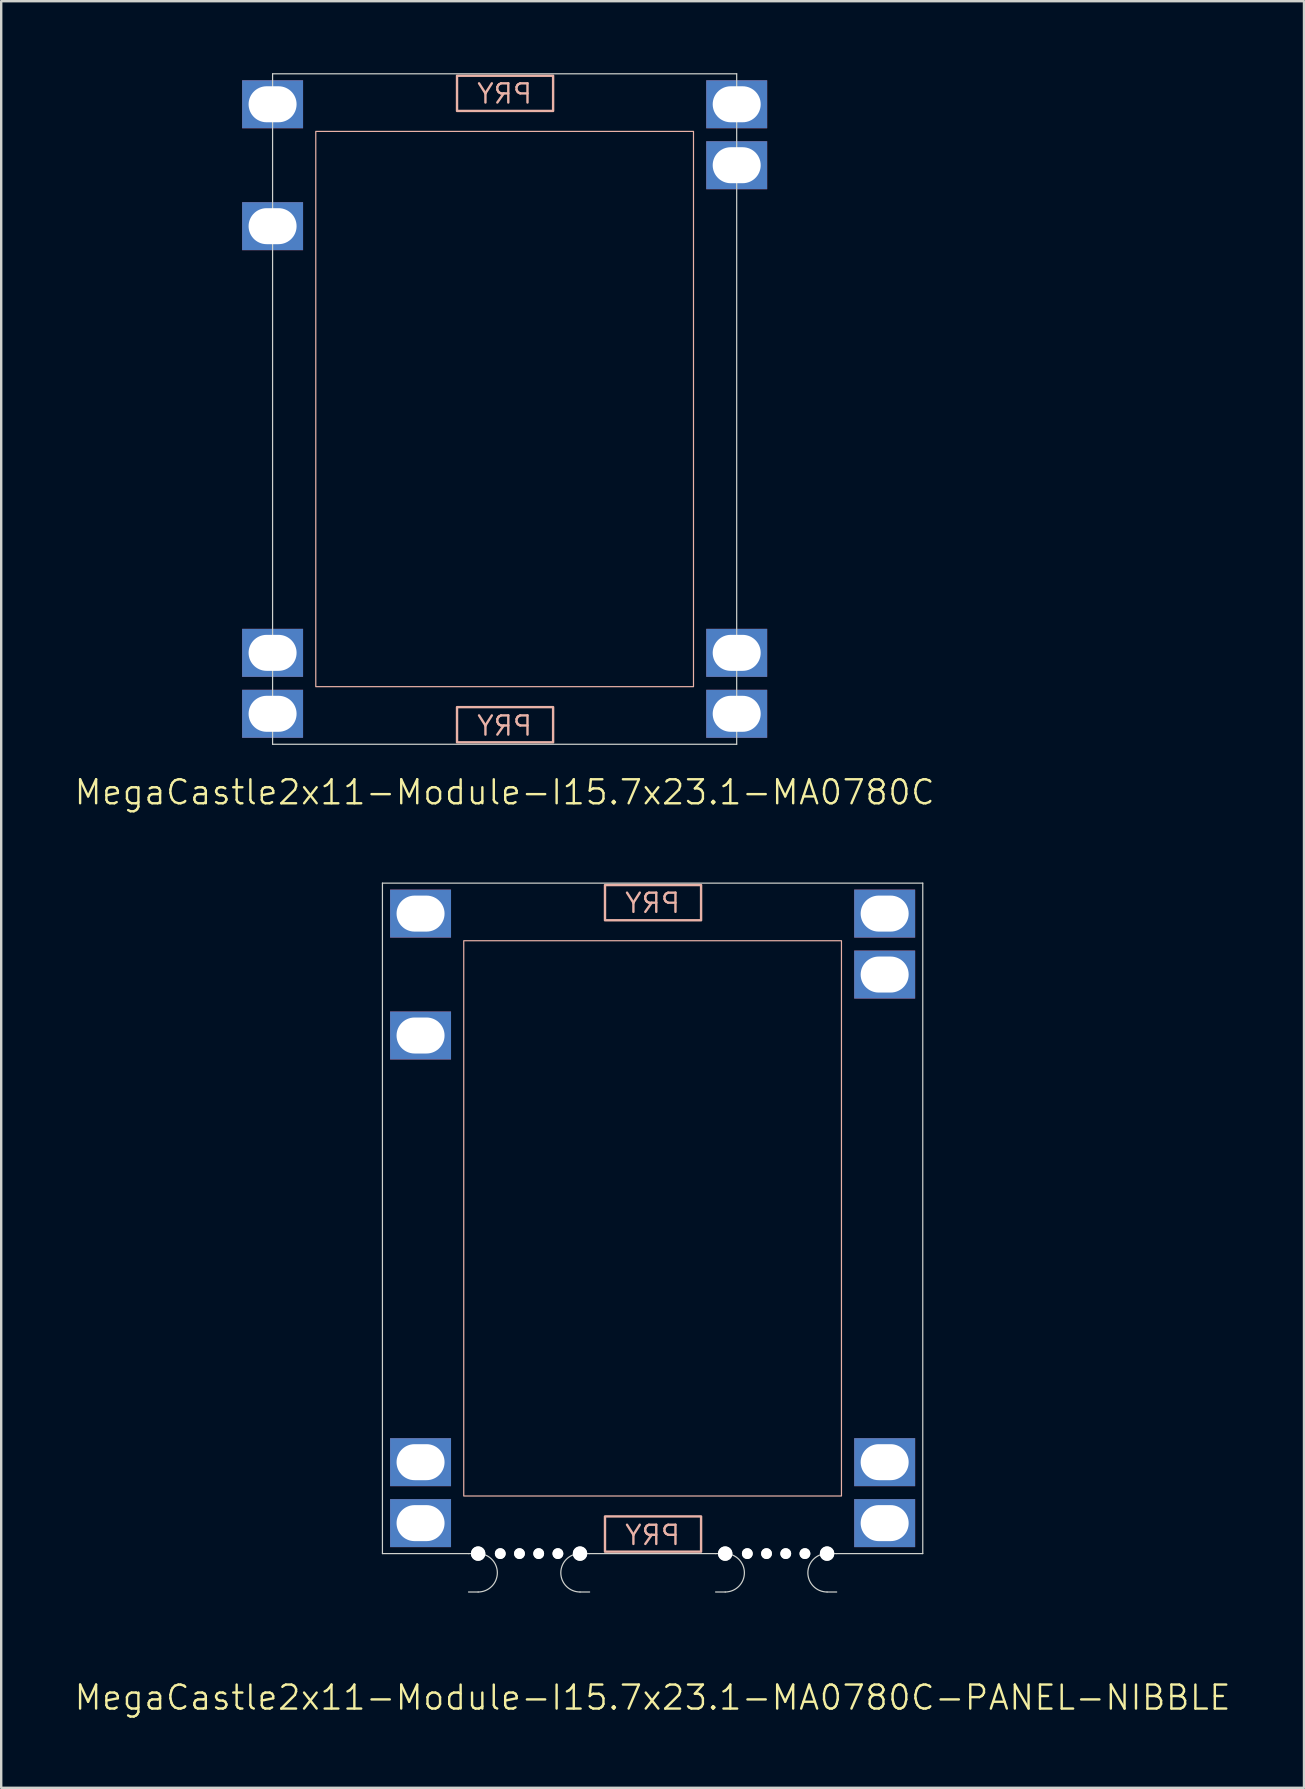
<source format=kicad_pcb>
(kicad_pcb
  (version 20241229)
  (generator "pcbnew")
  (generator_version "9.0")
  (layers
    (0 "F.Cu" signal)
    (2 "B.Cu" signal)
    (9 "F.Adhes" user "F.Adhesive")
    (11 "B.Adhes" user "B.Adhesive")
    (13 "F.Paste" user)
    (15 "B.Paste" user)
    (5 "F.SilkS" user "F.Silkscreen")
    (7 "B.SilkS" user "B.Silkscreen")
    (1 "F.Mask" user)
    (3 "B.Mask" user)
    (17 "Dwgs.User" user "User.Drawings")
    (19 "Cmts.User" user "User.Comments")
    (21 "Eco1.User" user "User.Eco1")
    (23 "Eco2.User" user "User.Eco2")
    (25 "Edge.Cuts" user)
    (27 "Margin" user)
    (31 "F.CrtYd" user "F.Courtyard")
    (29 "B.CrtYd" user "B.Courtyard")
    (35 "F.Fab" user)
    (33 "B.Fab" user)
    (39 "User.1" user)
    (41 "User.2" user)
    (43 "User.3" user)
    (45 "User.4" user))
  (footprint "MegaCastle2x11-Module-I15.7x23.1-MA0780C-PANEL-NIBBLE"
    (layer "F.Cu")
    (at 24.145 47.721)
    (property "Reference" "MegaCastle2x11-Module-I15.7x23.1-MA0780C-PANEL-NIBBLE" (at 0 19.97 0) (unlocked yes) (layer "F.SilkS") (effects (font (size 1 1) (thickness 0.1))))
    (attr smd)
    (fp_rect (start -7.87 11.57) (end 7.87 -11.57) (stroke (width 0.05) (type default)) (fill no) (layer "B.SilkS"))
    (fp_rect (start -1.984 -12.421) (end 2.02 -13.89) (stroke (width 0.1) (type default)) (fill no) (layer "B.SilkS"))
    (fp_rect (start -1.984 12.421) (end 2.02 13.89) (stroke (width 0.1) (type default)) (fill no) (layer "B.SilkS"))
    (fp_line (start -11.258 -13.97) (end -11.258 13.97) (stroke (width 0.05) (type default)) (layer "Edge.Cuts"))
    (fp_line (start -11.258 -13.97) (end 11.258 -13.97) (stroke (width 0.05) (type default)) (layer "Edge.Cuts"))
    (fp_line (start -11.258 13.97) (end -7.67 13.97) (stroke (width 0.05) (type default)) (layer "Edge.Cuts"))
    (fp_line (start -7.67 13.97) (end -7.27 13.97) (stroke (width 0.05) (type default)) (layer "Edge.Cuts"))
    (fp_line (start -7.67 15.57) (end -7.27 15.57) (stroke (width 0.05) (type default)) (layer "Edge.Cuts"))
    (fp_line (start -2.625 13.97) (end -3.025 13.97) (stroke (width 0.05) (type default)) (layer "Edge.Cuts"))
    (fp_line (start -2.625 13.97) (end 2.625 13.97) (stroke (width 0.05) (type default)) (layer "Edge.Cuts"))
    (fp_line (start -2.625 15.57) (end -3.025 15.57) (stroke (width 0.05) (type default)) (layer "Edge.Cuts"))
    (fp_line (start 2.625 13.97) (end 3.025 13.97) (stroke (width 0.05) (type default)) (layer "Edge.Cuts"))
    (fp_line (start 2.625 15.57) (end 3.025 15.57) (stroke (width 0.05) (type default)) (layer "Edge.Cuts"))
    (fp_line (start 7.67 13.97) (end 7.27 13.97) (stroke (width 0.05) (type default)) (layer "Edge.Cuts"))
    (fp_line (start 7.67 13.97) (end 11.258 13.97) (stroke (width 0.05) (type default)) (layer "Edge.Cuts"))
    (fp_line (start 7.67 15.57) (end 7.27 15.57) (stroke (width 0.05) (type default)) (layer "Edge.Cuts"))
    (fp_line (start 11.258 -13.97) (end 11.258 13.97) (stroke (width 0.05) (type default)) (layer "Edge.Cuts"))
    (fp_arc (start -7.27 13.97) (mid -6.47 14.77) (end -7.27 15.57) (stroke (width 0.05) (type default)) (layer "Edge.Cuts"))
    (fp_arc (start -3.025 15.57) (mid -3.825 14.77) (end -3.025 13.97) (stroke (width 0.05) (type default)) (layer "Edge.Cuts"))
    (fp_arc (start 3.025 13.97) (mid 3.825 14.77) (end 3.025 15.57) (stroke (width 0.05) (type default)) (layer "Edge.Cuts"))
    (fp_arc (start 7.27 15.57) (mid 6.47 14.77) (end 7.27 13.97) (stroke (width 0.05) (type default)) (layer "Edge.Cuts"))
    (fp_text user "PRY" (at 0 -12.67 0) (unlocked yes) (layer "B.SilkS") (effects (font (size 0.8 0.8) (thickness 0.1)) (justify bottom mirror)))
    (fp_text user "PRY" (at 0 13.67 0) (unlocked yes) (layer "B.SilkS") (effects (font (size 0.8 0.8) (thickness 0.1)) (justify bottom mirror)))
    (pad "" np_thru_hole circle (at -7.27 13.97) (size 0.6 0.6) (drill 0.6) (layers "*.Cu" "Edge.Cuts"))
    (pad "" np_thru_hole circle (at -6.348 13.97) (size 0.45 0.45) (drill 0.45) (layers "*.Cu" "Edge.Cuts"))
    (pad "" np_thru_hole circle (at -5.548 13.97) (size 0.45 0.45) (drill 0.45) (layers "*.Cu" "Edge.Cuts"))
    (pad "" np_thru_hole circle (at -4.747 13.97) (size 0.45 0.45) (drill 0.45) (layers "*.Cu" "Edge.Cuts"))
    (pad "" np_thru_hole circle (at -3.947 13.97) (size 0.45 0.45) (drill 0.45) (layers "*.Cu" "Edge.Cuts"))
    (pad "" np_thru_hole circle (at -3.025 13.97) (size 0.6 0.6) (drill 0.6) (layers "*.Cu" "Edge.Cuts"))
    (pad "" np_thru_hole circle (at 3.025 13.97) (size 0.6 0.6) (drill 0.6) (layers "*.Cu" "Edge.Cuts"))
    (pad "" np_thru_hole circle (at 3.947 13.97) (size 0.45 0.45) (drill 0.45) (layers "*.Cu" "Edge.Cuts"))
    (pad "" np_thru_hole circle (at 4.747 13.97) (size 0.45 0.45) (drill 0.45) (layers "*.Cu" "Edge.Cuts"))
    (pad "" np_thru_hole circle (at 5.548 13.97) (size 0.45 0.45) (drill 0.45) (layers "*.Cu" "Edge.Cuts"))
    (pad "" np_thru_hole circle (at 6.348 13.97) (size 0.45 0.45) (drill 0.45) (layers "*.Cu" "Edge.Cuts"))
    (pad "" np_thru_hole circle (at 7.27 13.97) (size 0.6 0.6) (drill 0.6) (layers "*.Cu" "Edge.Cuts"))
    (pad "1" thru_hole rect (at -9.67 -12.7) (size 2.54 2) (drill oval 2 1.5) (property pad_prop_castellated) (layers "*.Cu" "*.Mask"))
    (pad "3" thru_hole rect (at -9.67 -7.62) (size 2.54 2) (drill oval 2 1.5) (property pad_prop_castellated) (layers "*.Cu" "*.Mask"))
    (pad "10" thru_hole rect (at -9.67 10.16) (size 2.54 2) (drill oval 2 1.5) (property pad_prop_castellated) (layers "*.Cu" "*.Mask"))
    (pad "11" thru_hole rect (at -9.67 12.7) (size 2.54 2) (drill oval 2 1.5) (property pad_prop_castellated) (layers "*.Cu" "*.Mask"))
    (pad "12" thru_hole rect (at 9.67 -12.7) (size 2.54 2) (drill oval 2 1.5) (property pad_prop_castellated) (layers "*.Cu" "*.Mask"))
    (pad "13" thru_hole rect (at 9.67 -10.16) (size 2.54 2) (drill oval 2 1.5) (property pad_prop_castellated) (layers "*.Cu" "*.Mask"))
    (pad "21" thru_hole rect (at 9.67 10.16) (size 2.54 2) (drill oval 2 1.5) (property pad_prop_castellated) (layers "*.Cu" "*.Mask"))
    (pad "22" thru_hole rect (at 9.67 12.7) (size 2.54 2) (drill oval 2 1.5) (property pad_prop_castellated) (layers "*.Cu" "*.Mask"))
    (zone (net_name "") (layer "B.Cu") (hatch edge 0.5) (connect_pads) (min_thickness 0.25) (filled_areas_thickness no) (keepout (tracks allowed) (vias allowed) (pads allowed) (copperpour allowed) (footprints not_allowed)) (placement (enabled no)) (fill) (polygon (pts (xy 14.475 61.691) (xy 14.475 33.751) (xy 16.275 33.751) (xy 16.275 61.691))))
    (zone (net_name "") (layer "B.Cu") (hatch edge 0.5) (connect_pads) (min_thickness 0.25) (filled_areas_thickness no) (keepout (tracks allowed) (vias allowed) (pads allowed) (copperpour allowed) (footprints not_allowed)) (placement (enabled no)) (fill) (polygon (pts (xy 16.275 33.751) (xy 16.275 36.151) (xy 32.015 36.151) (xy 32.015 33.751))))
    (zone (net_name "") (layer "B.Cu") (hatch edge 0.5) (connect_pads) (min_thickness 0.25) (filled_areas_thickness no) (keepout (tracks allowed) (vias allowed) (pads allowed) (copperpour allowed) (footprints not_allowed)) (placement (enabled no)) (fill) (polygon (pts (xy 16.275 61.691) (xy 16.275 59.291) (xy 32.015 59.291) (xy 32.015 61.691))))
    (zone (net_name "") (layer "B.Cu") (name "Upper Pry Zone") (hatch edge 0.5) (connect_pads) (min_thickness 0.25) (filled_areas_thickness no) (keepout (tracks not_allowed) (vias not_allowed) (pads not_allowed) (copperpour allowed) (footprints not_allowed)) (placement (enabled no)) (fill) (polygon (pts (xy 22.161 35.299) (xy 22.161 33.831) (xy 26.165 33.831) (xy 26.165 35.299))))
    (zone (net_name "") (layer "B.Cu") (name "Upper Pry Zone") (hatch edge 0.5) (connect_pads) (min_thickness 0.25) (filled_areas_thickness no) (keepout (tracks not_allowed) (vias not_allowed) (pads not_allowed) (copperpour allowed) (footprints not_allowed)) (placement (enabled no)) (fill) (polygon (pts (xy 22.161 60.142) (xy 22.161 61.611) (xy 26.165 61.611) (xy 26.165 60.142))))
    (zone (net_name "") (layer "B.Cu") (hatch edge 0.5) (connect_pads) (min_thickness 0.25) (filled_areas_thickness no) (keepout (tracks allowed) (vias allowed) (pads allowed) (copperpour allowed) (footprints not_allowed)) (placement (enabled no)) (fill) (polygon (pts (xy 33.815 61.691) (xy 33.815 33.751) (xy 32.015 33.751) (xy 32.015 61.691)))))
  (footprint "MegaCastle2x11-Module-I15.7x23.1-MA0780C"
    (layer "F.Cu")
    (at 17.979 13.995)
    (property "Reference" "MegaCastle2x11-Module-I15.7x23.1-MA0780C" (at 0 15.97 0) (unlocked yes) (layer "F.SilkS") (effects (font (size 1 1) (thickness 0.1))))
    (attr smd)
    (fp_rect (start -7.87 11.57) (end 7.87 -11.57) (stroke (width 0.05) (type default)) (fill no) (layer "B.SilkS"))
    (fp_rect (start -1.984 -12.421) (end 2.02 -13.89) (stroke (width 0.1) (type default)) (fill no) (layer "B.SilkS"))
    (fp_rect (start -1.984 12.421) (end 2.02 13.89) (stroke (width 0.1) (type default)) (fill no) (layer "B.SilkS"))
    (fp_line (start -9.67 -13.97) (end -9.67 13.97) (stroke (width 0.05) (type default)) (layer "Edge.Cuts"))
    (fp_line (start -9.67 -13.97) (end 9.67 -13.97) (stroke (width 0.05) (type default)) (layer "Edge.Cuts"))
    (fp_line (start -9.67 13.97) (end 9.67 13.97) (stroke (width 0.05) (type default)) (layer "Edge.Cuts"))
    (fp_line (start 9.67 -13.97) (end 9.67 13.97) (stroke (width 0.05) (type default)) (layer "Edge.Cuts"))
    (fp_text user "PRY" (at 0 -12.67 0) (unlocked yes) (layer "B.SilkS") (effects (font (size 0.8 0.8) (thickness 0.1)) (justify bottom mirror)))
    (fp_text user "PRY" (at 0 13.67 0) (unlocked yes) (layer "B.SilkS") (effects (font (size 0.8 0.8) (thickness 0.1)) (justify bottom mirror)))
    (pad "1" thru_hole rect (at -9.67 -12.7) (size 2.54 2) (drill oval 2 1.5) (property pad_prop_castellated) (layers "*.Cu" "*.Mask"))
    (pad "3" thru_hole rect (at -9.67 -7.62) (size 2.54 2) (drill oval 2 1.5) (property pad_prop_castellated) (layers "*.Cu" "*.Mask"))
    (pad "10" thru_hole rect (at -9.67 10.16) (size 2.54 2) (drill oval 2 1.5) (property pad_prop_castellated) (layers "*.Cu" "*.Mask"))
    (pad "11" thru_hole rect (at -9.67 12.7) (size 2.54 2) (drill oval 2 1.5) (property pad_prop_castellated) (layers "*.Cu" "*.Mask"))
    (pad "12" thru_hole rect (at 9.67 -12.7) (size 2.54 2) (drill oval 2 1.5) (property pad_prop_castellated) (layers "*.Cu" "*.Mask"))
    (pad "13" thru_hole rect (at 9.67 -10.16) (size 2.54 2) (drill oval 2 1.5) (property pad_prop_castellated) (layers "*.Cu" "*.Mask"))
    (pad "21" thru_hole rect (at 9.67 10.16) (size 2.54 2) (drill oval 2 1.5) (property pad_prop_castellated) (layers "*.Cu" "*.Mask"))
    (pad "22" thru_hole rect (at 9.67 12.7) (size 2.54 2) (drill oval 2 1.5) (property pad_prop_castellated) (layers "*.Cu" "*.Mask"))
    (zone (net_name "") (layer "B.Cu") (hatch edge 0.5) (connect_pads) (min_thickness 0.25) (filled_areas_thickness no) (keepout (tracks allowed) (vias allowed) (pads allowed) (copperpour allowed) (footprints not_allowed)) (placement (enabled no)) (fill) (polygon (pts (xy 8.309 27.965) (xy 8.309 0.025) (xy 10.109 0.025) (xy 10.109 27.965))))
    (zone (net_name "") (layer "B.Cu") (hatch edge 0.5) (connect_pads) (min_thickness 0.25) (filled_areas_thickness no) (keepout (tracks allowed) (vias allowed) (pads allowed) (copperpour allowed) (footprints not_allowed)) (placement (enabled no)) (fill) (polygon (pts (xy 10.109 0.025) (xy 10.109 2.425) (xy 25.849 2.425) (xy 25.849 0.025))))
    (zone (net_name "") (layer "B.Cu") (hatch edge 0.5) (connect_pads) (min_thickness 0.25) (filled_areas_thickness no) (keepout (tracks allowed) (vias allowed) (pads allowed) (copperpour allowed) (footprints not_allowed)) (placement (enabled no)) (fill) (polygon (pts (xy 10.109 27.965) (xy 10.109 25.565) (xy 25.849 25.565) (xy 25.849 27.965))))
    (zone (net_name "") (layer "B.Cu") (name "Upper Pry Zone") (hatch edge 0.5) (connect_pads) (min_thickness 0.25) (filled_areas_thickness no) (keepout (tracks not_allowed) (vias not_allowed) (pads not_allowed) (copperpour allowed) (footprints not_allowed)) (placement (enabled no)) (fill) (polygon (pts (xy 15.994 1.574) (xy 15.994 0.105) (xy 19.998 0.105) (xy 19.998 1.574))))
    (zone (net_name "") (layer "B.Cu") (name "Upper Pry Zone") (hatch edge 0.5) (connect_pads) (min_thickness 0.25) (filled_areas_thickness no) (keepout (tracks not_allowed) (vias not_allowed) (pads not_allowed) (copperpour allowed) (footprints not_allowed)) (placement (enabled no)) (fill) (polygon (pts (xy 15.994 26.416) (xy 15.994 27.885) (xy 19.998 27.885) (xy 19.998 26.416))))
    (zone (net_name "") (layer "B.Cu") (hatch edge 0.5) (connect_pads) (min_thickness 0.25) (filled_areas_thickness no) (keepout (tracks allowed) (vias allowed) (pads allowed) (copperpour allowed) (footprints not_allowed)) (placement (enabled no)) (fill) (polygon (pts (xy 27.649 27.965) (xy 27.649 0.025) (xy 25.849 0.025) (xy 25.849 27.965)))))
  (gr_rect
    (start -3 -3)
    (end 51.29 71.451)
    (stroke (width 0.1) (type default))
    (fill no)
    (layer "Edge.Cuts")))
</source>
